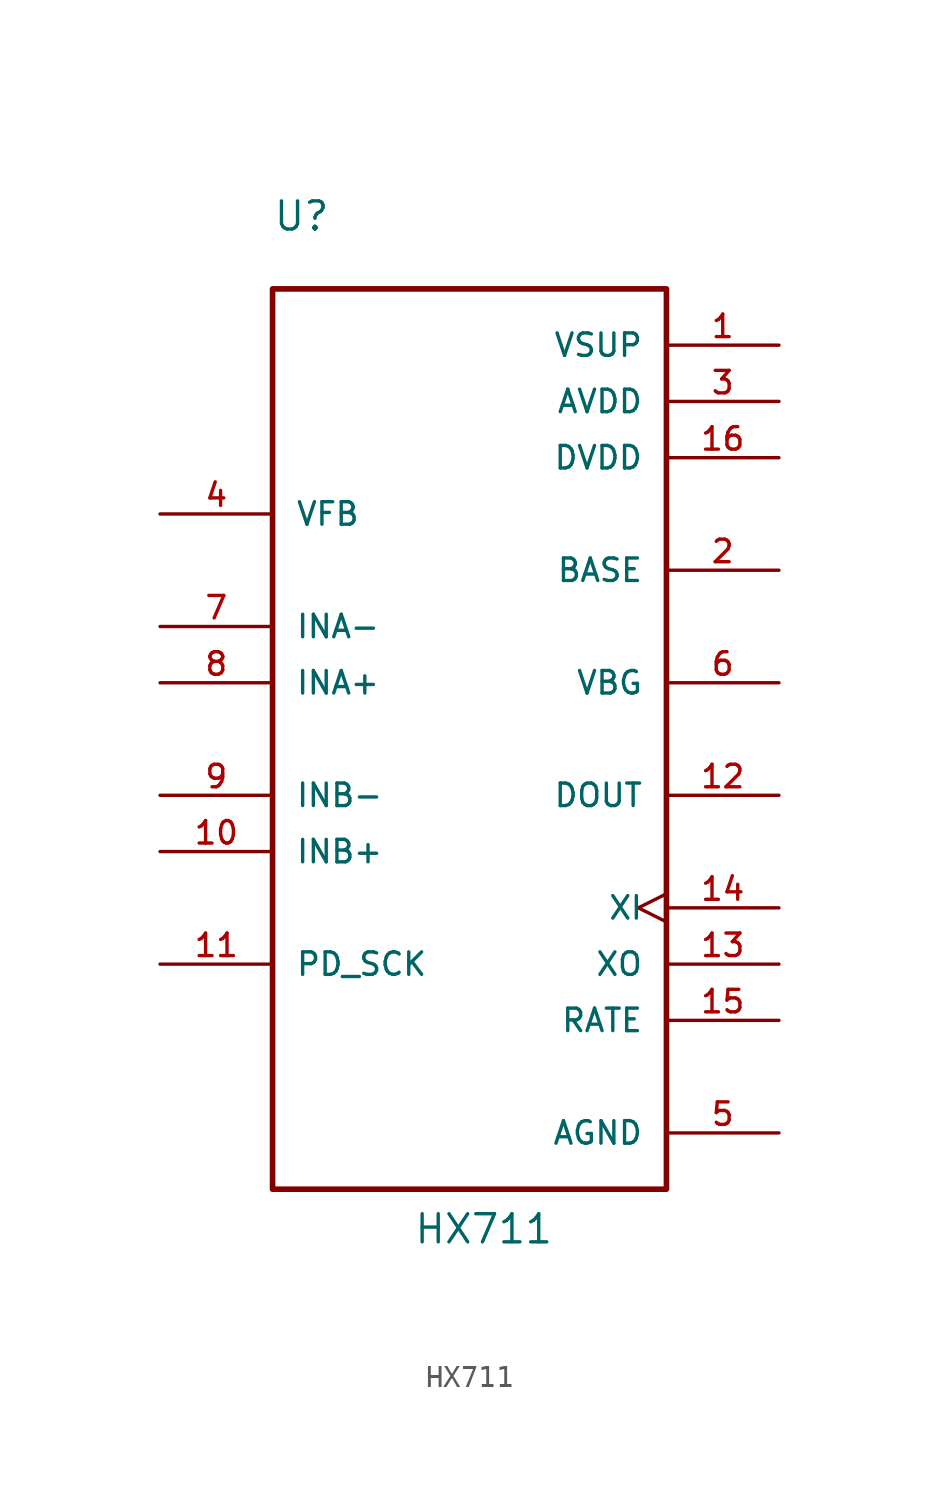
<source format=kicad_sym>
(kicad_symbol_lib
  (version 20211014)
  (generator kicad_symbol_editor)
  (symbol "HX711"
    (pin_names
      (offset 1.016))
    (property "Reference" "U"
      (at -15.24 22.86 0)
      (effects (font (size 1.27 1.27)) (justify left bottom)))
    (property "Value" "HX711"
      (at -8.89 -22.86 0)
      (effects (font (size 1.27 1.27)) (justify left bottom)))
    (symbol "HX711_0_0"
      (rectangle (start -15.24 20.32) (end 2.54 -20.32) (stroke (width 0.254) (type default) (color 0 0 0 0)) (fill (type none)))
      (pin power_in line (at 7.62 17.78 180) (length 5.08) (name "VSUP" (effects (font (size 1.016 1.016)))) (number "1" (effects (font (size 1.016 1.016)))))
      (pin input line (at -20.32 -5.08 0) (length 5.08) (name "INB+" (effects (font (size 1.016 1.016)))) (number "10" (effects (font (size 1.016 1.016)))))
      (pin input line (at -20.32 -10.16 0) (length 5.08) (name "PD_SCK" (effects (font (size 1.016 1.016)))) (number "11" (effects (font (size 1.016 1.016)))))
      (pin output line (at 7.62 -2.54 180) (length 5.08) (name "DOUT" (effects (font (size 1.016 1.016)))) (number "12" (effects (font (size 1.016 1.016)))))
      (pin output line (at 7.62 -10.16 180) (length 5.08) (name "XO" (effects (font (size 1.016 1.016)))) (number "13" (effects (font (size 1.016 1.016)))))
      (pin input clock (at 7.62 -7.62 180) (length 5.08) (name "XI" (effects (font (size 1.016 1.016)))) (number "14" (effects (font (size 1.016 1.016)))))
      (pin input line (at 7.62 -12.7 180) (length 5.08) (name "RATE" (effects (font (size 1.016 1.016)))) (number "15" (effects (font (size 1.016 1.016)))))
      (pin power_in line (at 7.62 12.7 180) (length 5.08) (name "DVDD" (effects (font (size 1.016 1.016)))) (number "16" (effects (font (size 1.016 1.016)))))
      (pin output line (at 7.62 7.62 180) (length 5.08) (name "BASE" (effects (font (size 1.016 1.016)))) (number "2" (effects (font (size 1.016 1.016)))))
      (pin power_in line (at 7.62 15.24 180) (length 5.08) (name "AVDD" (effects (font (size 1.016 1.016)))) (number "3" (effects (font (size 1.016 1.016)))))
      (pin input line (at -20.32 10.16 0) (length 5.08) (name "VFB" (effects (font (size 1.016 1.016)))) (number "4" (effects (font (size 1.016 1.016)))))
      (pin power_in line (at 7.62 -17.78 180) (length 5.08) (name "AGND" (effects (font (size 1.016 1.016)))) (number "5" (effects (font (size 1.016 1.016)))))
      (pin output line (at 7.62 2.54 180) (length 5.08) (name "VBG" (effects (font (size 1.016 1.016)))) (number "6" (effects (font (size 1.016 1.016)))))
      (pin input line (at -20.32 5.08 0) (length 5.08) (name "INA-" (effects (font (size 1.016 1.016)))) (number "7" (effects (font (size 1.016 1.016)))))
      (pin input line (at -20.32 2.54 0) (length 5.08) (name "INA+" (effects (font (size 1.016 1.016)))) (number "8" (effects (font (size 1.016 1.016)))))
      (pin input line (at -20.32 -2.54 0) (length 5.08) (name "INB-" (effects (font (size 1.016 1.016)))) (number "9" (effects (font (size 1.016 1.016))))))))
</source>
